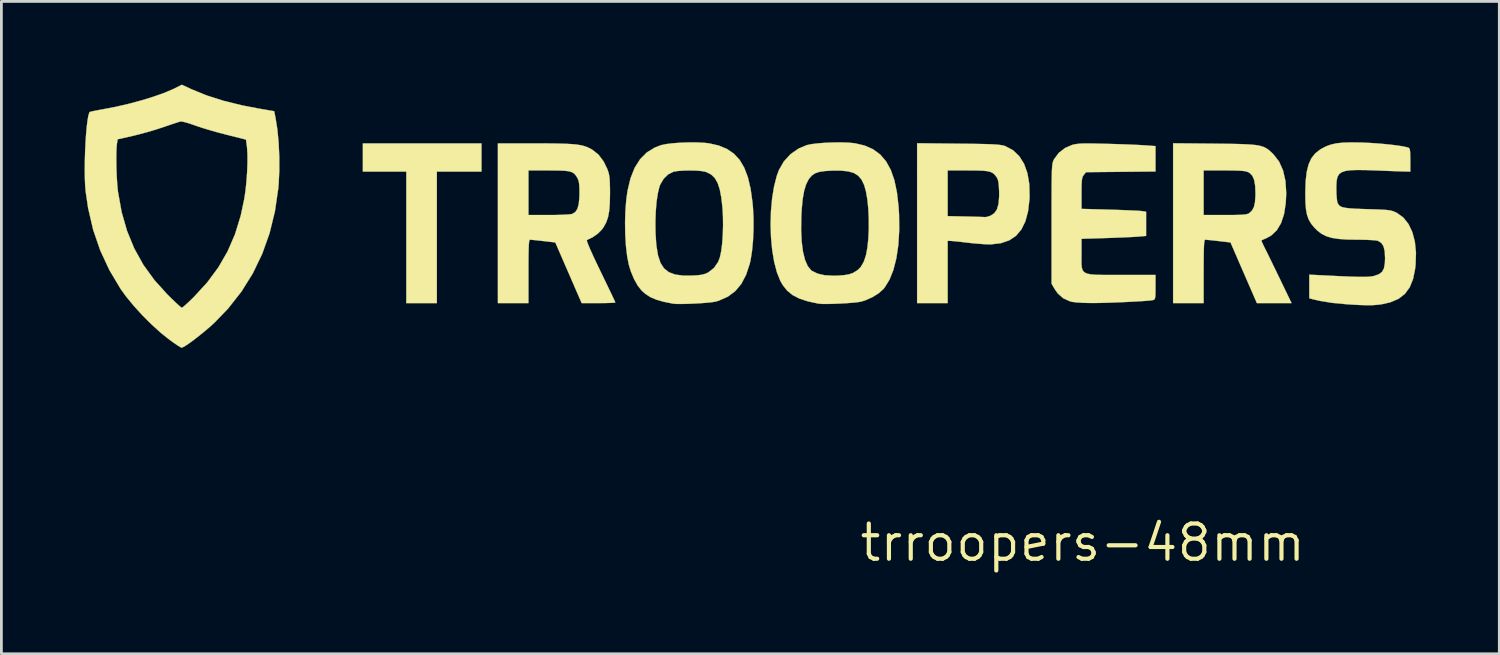
<source format=kicad_pcb>
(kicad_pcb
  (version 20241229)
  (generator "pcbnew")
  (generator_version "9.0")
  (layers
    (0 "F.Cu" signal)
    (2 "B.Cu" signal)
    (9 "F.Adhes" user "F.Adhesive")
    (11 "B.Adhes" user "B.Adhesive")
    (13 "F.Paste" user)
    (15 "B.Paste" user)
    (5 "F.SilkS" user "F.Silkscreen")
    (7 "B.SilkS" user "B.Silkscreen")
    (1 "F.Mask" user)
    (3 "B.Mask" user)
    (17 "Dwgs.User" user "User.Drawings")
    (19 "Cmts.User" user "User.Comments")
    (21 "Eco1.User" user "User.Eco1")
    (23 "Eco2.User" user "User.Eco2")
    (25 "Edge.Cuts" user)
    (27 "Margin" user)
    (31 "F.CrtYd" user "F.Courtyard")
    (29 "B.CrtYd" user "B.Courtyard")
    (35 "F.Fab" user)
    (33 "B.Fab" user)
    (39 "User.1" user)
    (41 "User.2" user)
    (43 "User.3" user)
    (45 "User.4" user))
  (footprint "trroopers-48mm"
    (layer "F.Cu")
    (at 35.982 16.513)
    (property "Reference" "trroopers-48mm" (at 0 0 0) (layer "F.SilkS") (effects (font (size 1.27 1.27) (thickness 0.15))))
    (attr through_hole)
    (fp_poly (pts (xy -21.675 -13.377) (xy -23.283 -13.377) (xy -23.283 -8.636) (xy -24.384 -8.636) (xy -24.384 -13.377) (xy -25.95 -13.377) (xy -25.95 -14.393) (xy -21.675 -14.393) (xy -21.675 -13.377)) (stroke (width 0.01) (type solid)) (fill yes) (layer "F.SilkS"))
    (fp_poly (pts (xy -4.477 -14.383) (xy -4.072 -14.379) (xy -3.743 -14.374) (xy -3.48 -14.368) (xy -3.274 -14.361) (xy -3.115 -14.352) (xy -2.995 -14.34) (xy -2.904 -14.326) (xy -2.833 -14.309) (xy -2.786 -14.293) (xy -2.511 -14.146) (xy -2.287 -13.932) (xy -2.113 -13.656) (xy -1.992 -13.319) (xy -1.925 -12.926) (xy -1.914 -12.48) (xy -1.918 -12.384) (xy -1.969 -11.95) (xy -2.065 -11.587) (xy -2.21 -11.291) (xy -2.404 -11.062) (xy -2.649 -10.898) (xy -2.948 -10.796) (xy -3.3 -10.755) (xy -3.385 -10.754) (xy -3.543 -10.76) (xy -3.753 -10.775) (xy -3.988 -10.796) (xy -4.17 -10.817) (xy -4.377 -10.841) (xy -4.56 -10.861) (xy -4.7 -10.874) (xy -4.773 -10.879) (xy -4.868 -10.88) (xy -4.868 -8.636) (xy -5.969 -8.636) (xy -5.969 -11.771) (xy -4.868 -11.771) (xy -4.223 -11.758) (xy -3.994 -11.753) (xy -3.794 -11.747) (xy -3.638 -11.742) (xy -3.543 -11.738) (xy -3.523 -11.736) (xy -3.45 -11.745) (xy -3.342 -11.78) (xy -3.32 -11.788) (xy -3.185 -11.877) (xy -3.09 -12.017) (xy -3.033 -12.217) (xy -3.011 -12.483) (xy -3.012 -12.659) (xy -3.023 -12.865) (xy -3.039 -13.008) (xy -3.066 -13.107) (xy -3.107 -13.182) (xy -3.116 -13.194) (xy -3.178 -13.271) (xy -3.246 -13.328) (xy -3.331 -13.368) (xy -3.448 -13.394) (xy -3.608 -13.41) (xy -3.826 -13.417) (xy -4.114 -13.419) (xy -4.138 -13.419) (xy -4.868 -13.42) (xy -4.868 -11.771) (xy -5.969 -11.771) (xy -5.969 -14.399) (xy -4.477 -14.383)) (stroke (width 0.01) (type solid)) (fill yes) (layer "F.SilkS"))
    (fp_poly (pts (xy 4.752 -14.384) (xy 5.184 -14.379) (xy 5.542 -14.373) (xy 5.833 -14.364) (xy 6.067 -14.351) (xy 6.253 -14.332) (xy 6.401 -14.304) (xy 6.519 -14.267) (xy 6.618 -14.219) (xy 6.706 -14.158) (xy 6.792 -14.082) (xy 6.883 -13.993) (xy 7.082 -13.735) (xy 7.224 -13.415) (xy 7.31 -13.036) (xy 7.338 -12.602) (xy 7.321 -12.246) (xy 7.26 -11.849) (xy 7.153 -11.522) (xy 7 -11.265) (xy 6.8 -11.075) (xy 6.639 -10.985) (xy 6.529 -10.937) (xy 6.456 -10.904) (xy 6.443 -10.897) (xy 6.454 -10.858) (xy 6.496 -10.762) (xy 6.561 -10.627) (xy 6.586 -10.577) (xy 6.654 -10.442) (xy 6.749 -10.248) (xy 6.864 -10.012) (xy 6.99 -9.753) (xy 7.119 -9.487) (xy 7.136 -9.451) (xy 7.529 -8.636) (xy 6.28 -8.636) (xy 5.804 -9.729) (xy 5.329 -10.823) (xy 4.898 -10.873) (xy 4.711 -10.894) (xy 4.554 -10.91) (xy 4.447 -10.92) (xy 4.413 -10.922) (xy 4.397 -10.904) (xy 4.384 -10.843) (xy 4.374 -10.733) (xy 4.367 -10.565) (xy 4.363 -10.334) (xy 4.361 -10.03) (xy 4.36 -9.779) (xy 4.36 -8.636) (xy 3.26 -8.636) (xy 3.26 -13.42) (xy 4.36 -13.42) (xy 4.36 -11.811) (xy 5.134 -11.811) (xy 5.421 -11.812) (xy 5.636 -11.817) (xy 5.79 -11.825) (xy 5.895 -11.838) (xy 5.965 -11.857) (xy 6.002 -11.877) (xy 6.104 -11.973) (xy 6.173 -12.1) (xy 6.212 -12.276) (xy 6.228 -12.515) (xy 6.229 -12.59) (xy 6.218 -12.869) (xy 6.182 -13.077) (xy 6.117 -13.226) (xy 6.02 -13.326) (xy 5.974 -13.353) (xy 5.908 -13.379) (xy 5.814 -13.397) (xy 5.678 -13.409) (xy 5.489 -13.416) (xy 5.233 -13.419) (xy 5.103 -13.42) (xy 4.36 -13.42) (xy 3.26 -13.42) (xy 3.26 -14.398) (xy 4.752 -14.384)) (stroke (width 0.01) (type solid)) (fill yes) (layer "F.SilkS"))
    (fp_poly (pts (xy -19.717 -14.393) (xy -19.29 -14.392) (xy -18.937 -14.388) (xy -18.649 -14.38) (xy -18.417 -14.368) (xy -18.229 -14.35) (xy -18.077 -14.325) (xy -17.95 -14.291) (xy -17.839 -14.249) (xy -17.733 -14.196) (xy -17.677 -14.164) (xy -17.453 -13.986) (xy -17.267 -13.736) (xy -17.138 -13.468) (xy -17.1 -13.363) (xy -17.074 -13.258) (xy -17.056 -13.135) (xy -17.047 -12.975) (xy -17.042 -12.761) (xy -17.041 -12.594) (xy -17.047 -12.246) (xy -17.069 -11.967) (xy -17.111 -11.739) (xy -17.176 -11.549) (xy -17.268 -11.381) (xy -17.333 -11.288) (xy -17.475 -11.145) (xy -17.662 -11.013) (xy -17.855 -10.919) (xy -17.874 -10.912) (xy -17.872 -10.869) (xy -17.831 -10.754) (xy -17.753 -10.569) (xy -17.639 -10.317) (xy -17.49 -10.001) (xy -17.387 -9.787) (xy -17.25 -9.505) (xy -17.126 -9.247) (xy -17.019 -9.024) (xy -16.934 -8.846) (xy -16.876 -8.722) (xy -16.85 -8.662) (xy -16.849 -8.658) (xy -16.889 -8.65) (xy -16.998 -8.644) (xy -17.162 -8.639) (xy -17.366 -8.636) (xy -17.455 -8.636) (xy -18.062 -8.636) (xy -18.537 -9.729) (xy -19.013 -10.823) (xy -19.444 -10.873) (xy -19.63 -10.894) (xy -19.787 -10.91) (xy -19.895 -10.92) (xy -19.928 -10.922) (xy -19.945 -10.904) (xy -19.958 -10.843) (xy -19.968 -10.733) (xy -19.974 -10.565) (xy -19.979 -10.334) (xy -19.981 -10.03) (xy -19.981 -9.779) (xy -19.981 -8.636) (xy -21.082 -8.636) (xy -21.082 -11.811) (xy -19.981 -11.811) (xy -19.243 -11.811) (xy -18.994 -11.813) (xy -18.768 -11.82) (xy -18.582 -11.829) (xy -18.451 -11.841) (xy -18.399 -11.852) (xy -18.291 -11.92) (xy -18.215 -12.036) (xy -18.167 -12.21) (xy -18.145 -12.451) (xy -18.142 -12.594) (xy -18.144 -12.803) (xy -18.155 -12.95) (xy -18.177 -13.056) (xy -18.214 -13.143) (xy -18.227 -13.166) (xy -18.283 -13.251) (xy -18.344 -13.315) (xy -18.423 -13.36) (xy -18.534 -13.39) (xy -18.688 -13.408) (xy -18.898 -13.416) (xy -19.178 -13.419) (xy -19.251 -13.419) (xy -19.981 -13.42) (xy -19.981 -11.811) (xy -21.082 -11.811) (xy -21.082 -14.393) (xy -19.717 -14.393)) (stroke (width 0.01) (type solid)) (fill yes) (layer "F.SilkS"))
    (fp_poly (pts (xy 0.543 -14.386) (xy 0.868 -14.378) (xy 1.179 -14.369) (xy 1.485 -14.359) (xy 1.768 -14.348) (xy 2.01 -14.337) (xy 2.194 -14.327) (xy 2.254 -14.323) (xy 2.625 -14.296) (xy 2.625 -13.381) (xy 0.119 -13.356) (xy 0.039 -13.256) (xy 0.005 -13.205) (xy -0.018 -13.139) (xy -0.032 -13.041) (xy -0.04 -12.896) (xy -0.042 -12.688) (xy -0.042 -12.595) (xy -0.042 -12.033) (xy 0.963 -12.005) (xy 1.256 -11.996) (xy 1.529 -11.986) (xy 1.768 -11.976) (xy 1.959 -11.967) (xy 2.088 -11.958) (xy 2.127 -11.954) (xy 2.286 -11.931) (xy 2.286 -11.058) (xy 2 -11.033) (xy 1.869 -11.024) (xy 1.671 -11.014) (xy 1.425 -11.003) (xy 1.15 -10.992) (xy 0.864 -10.982) (xy 0.836 -10.981) (xy -0.042 -10.954) (xy -0.042 -10.391) (xy -0.044 -10.192) (xy -0.043 -10.033) (xy -0.03 -9.908) (xy 0.001 -9.814) (xy 0.06 -9.746) (xy 0.155 -9.7) (xy 0.293 -9.671) (xy 0.485 -9.657) (xy 0.737 -9.652) (xy 1.058 -9.651) (xy 1.403 -9.652) (xy 2.625 -9.652) (xy 2.625 -9.208) (xy 2.624 -9.01) (xy 2.619 -8.881) (xy 2.606 -8.805) (xy 2.584 -8.766) (xy 2.547 -8.748) (xy 2.529 -8.744) (xy 2.435 -8.731) (xy 2.271 -8.716) (xy 2.052 -8.702) (xy 1.793 -8.687) (xy 1.509 -8.673) (xy 1.214 -8.661) (xy 0.924 -8.65) (xy 0.654 -8.643) (xy 0.418 -8.639) (xy 0.299 -8.639) (xy 0.033 -8.645) (xy -0.196 -8.658) (xy -0.37 -8.679) (xy -0.451 -8.697) (xy -0.702 -8.811) (xy -0.898 -8.983) (xy -1.005 -9.136) (xy -1.122 -9.335) (xy -1.122 -11.493) (xy -1.122 -11.976) (xy -1.121 -12.382) (xy -1.12 -12.717) (xy -1.119 -12.99) (xy -1.115 -13.208) (xy -1.111 -13.379) (xy -1.104 -13.509) (xy -1.096 -13.606) (xy -1.085 -13.678) (xy -1.071 -13.732) (xy -1.055 -13.775) (xy -1.035 -13.815) (xy -1.028 -13.828) (xy -0.862 -14.052) (xy -0.636 -14.227) (xy -0.381 -14.338) (xy -0.294 -14.36) (xy -0.197 -14.375) (xy -0.077 -14.386) (xy 0.078 -14.391) (xy 0.28 -14.391) (xy 0.543 -14.386)) (stroke (width 0.01) (type solid)) (fill yes) (layer "F.SilkS"))
    (fp_poly (pts (xy -8.436 -14.42) (xy -8.222 -14.399) (xy -8.213 -14.398) (xy -7.862 -14.316) (xy -7.559 -14.183) (xy -7.303 -13.996) (xy -7.091 -13.749) (xy -6.92 -13.441) (xy -6.789 -13.067) (xy -6.696 -12.624) (xy -6.637 -12.107) (xy -6.62 -11.832) (xy -6.614 -11.261) (xy -6.646 -10.734) (xy -6.716 -10.259) (xy -6.822 -9.84) (xy -6.962 -9.486) (xy -7.137 -9.202) (xy -7.188 -9.14) (xy -7.357 -8.989) (xy -7.584 -8.849) (xy -7.839 -8.736) (xy -7.973 -8.693) (xy -8.091 -8.672) (xy -8.272 -8.652) (xy -8.496 -8.634) (xy -8.742 -8.62) (xy -8.988 -8.61) (xy -9.214 -8.605) (xy -9.398 -8.607) (xy -9.521 -8.617) (xy -9.525 -8.618) (xy -9.904 -8.698) (xy -10.211 -8.798) (xy -10.457 -8.925) (xy -10.653 -9.084) (xy -10.812 -9.284) (xy -10.9 -9.438) (xy -11.025 -9.75) (xy -11.123 -10.126) (xy -11.194 -10.55) (xy -11.236 -11.007) (xy -11.245 -11.283) (xy -10.151 -11.283) (xy -10.131 -10.856) (xy -10.084 -10.492) (xy -10.011 -10.195) (xy -9.912 -9.969) (xy -9.789 -9.819) (xy -9.758 -9.796) (xy -9.555 -9.698) (xy -9.303 -9.641) (xy -8.992 -9.623) (xy -8.844 -9.626) (xy -8.604 -9.643) (xy -8.428 -9.672) (xy -8.295 -9.717) (xy -8.272 -9.728) (xy -8.115 -9.824) (xy -8.001 -9.938) (xy -7.907 -10.099) (xy -7.877 -10.165) (xy -7.81 -10.373) (xy -7.76 -10.647) (xy -7.727 -10.968) (xy -7.711 -11.319) (xy -7.712 -11.682) (xy -7.729 -12.04) (xy -7.763 -12.374) (xy -7.814 -12.667) (xy -7.879 -12.895) (xy -7.971 -13.085) (xy -8.09 -13.227) (xy -8.248 -13.326) (xy -8.455 -13.386) (xy -8.724 -13.413) (xy -9.037 -13.412) (xy -9.304 -13.396) (xy -9.503 -13.365) (xy -9.651 -13.314) (xy -9.764 -13.236) (xy -9.86 -13.125) (xy -9.883 -13.09) (xy -9.972 -12.915) (xy -10.042 -12.684) (xy -10.094 -12.39) (xy -10.129 -12.025) (xy -10.143 -11.769) (xy -10.151 -11.283) (xy -11.245 -11.283) (xy -11.251 -11.48) (xy -11.238 -11.955) (xy -11.196 -12.414) (xy -11.126 -12.842) (xy -11.028 -13.223) (xy -10.951 -13.432) (xy -10.775 -13.74) (xy -10.535 -14.003) (xy -10.245 -14.206) (xy -9.948 -14.331) (xy -9.779 -14.367) (xy -9.548 -14.395) (xy -9.275 -14.416) (xy -8.985 -14.427) (xy -8.698 -14.429) (xy -8.436 -14.42)) (stroke (width 0.01) (type solid)) (fill yes) (layer "F.SilkS"))
    (fp_poly (pts (xy -13.92 -14.428) (xy -13.659 -14.416) (xy -13.473 -14.396) (xy -13.124 -14.317) (xy -12.826 -14.194) (xy -12.575 -14.023) (xy -12.368 -13.799) (xy -12.2 -13.515) (xy -12.069 -13.168) (xy -11.971 -12.751) (xy -11.903 -12.261) (xy -11.887 -12.079) (xy -11.867 -11.701) (xy -11.867 -11.301) (xy -11.884 -10.903) (xy -11.919 -10.53) (xy -11.969 -10.205) (xy -12.003 -10.054) (xy -12.135 -9.656) (xy -12.307 -9.329) (xy -12.525 -9.068) (xy -12.792 -8.869) (xy -13.114 -8.726) (xy -13.223 -8.693) (xy -13.341 -8.672) (xy -13.522 -8.652) (xy -13.746 -8.634) (xy -13.991 -8.62) (xy -14.237 -8.61) (xy -14.463 -8.605) (xy -14.648 -8.607) (xy -14.77 -8.617) (xy -14.774 -8.618) (xy -15.108 -8.685) (xy -15.373 -8.761) (xy -15.587 -8.853) (xy -15.765 -8.968) (xy -15.9 -9.087) (xy -16.042 -9.267) (xy -16.176 -9.508) (xy -16.292 -9.787) (xy -16.361 -10.012) (xy -16.422 -10.323) (xy -16.466 -10.695) (xy -16.491 -11.108) (xy -16.498 -11.539) (xy -16.498 -11.552) (xy -15.405 -11.552) (xy -15.4 -11.167) (xy -15.376 -10.796) (xy -15.365 -10.689) (xy -15.309 -10.352) (xy -15.221 -10.087) (xy -15.094 -9.888) (xy -14.919 -9.75) (xy -14.69 -9.665) (xy -14.399 -9.627) (xy -14.088 -9.627) (xy -13.872 -9.64) (xy -13.717 -9.661) (xy -13.596 -9.696) (xy -13.497 -9.743) (xy -13.293 -9.903) (xy -13.142 -10.121) (xy -13.08 -10.282) (xy -13.034 -10.496) (xy -12.998 -10.773) (xy -12.975 -11.092) (xy -12.965 -11.432) (xy -12.969 -11.772) (xy -12.985 -12.057) (xy -13.027 -12.434) (xy -13.084 -12.736) (xy -13.162 -12.971) (xy -13.264 -13.147) (xy -13.395 -13.272) (xy -13.558 -13.355) (xy -13.622 -13.375) (xy -13.764 -13.4) (xy -13.962 -13.414) (xy -14.188 -13.418) (xy -14.414 -13.412) (xy -14.612 -13.397) (xy -14.753 -13.372) (xy -14.941 -13.279) (xy -15.105 -13.12) (xy -15.228 -12.914) (xy -15.257 -12.838) (xy -15.317 -12.594) (xy -15.363 -12.285) (xy -15.392 -11.931) (xy -15.405 -11.552) (xy -16.498 -11.552) (xy -16.485 -11.967) (xy -16.453 -12.371) (xy -16.409 -12.683) (xy -16.302 -13.134) (xy -16.152 -13.513) (xy -15.956 -13.823) (xy -15.714 -14.067) (xy -15.423 -14.245) (xy -15.198 -14.331) (xy -15.021 -14.368) (xy -14.782 -14.398) (xy -14.504 -14.418) (xy -14.209 -14.429) (xy -13.92 -14.428)) (stroke (width 0.01) (type solid)) (fill yes) (layer "F.SilkS"))
    (fp_poly (pts (xy 10.035 -14.424) (xy 10.075 -14.423) (xy 10.393 -14.408) (xy 10.716 -14.385) (xy 11.026 -14.356) (xy 11.306 -14.323) (xy 11.54 -14.287) (xy 11.709 -14.25) (xy 11.737 -14.242) (xy 11.771 -14.22) (xy 11.793 -14.172) (xy 11.805 -14.081) (xy 11.81 -13.931) (xy 11.811 -13.798) (xy 11.811 -13.377) (xy 11.652 -13.38) (xy 11.562 -13.382) (xy 11.402 -13.387) (xy 11.19 -13.395) (xy 10.94 -13.404) (xy 10.668 -13.415) (xy 10.624 -13.417) (xy 10.231 -13.431) (xy 9.915 -13.435) (xy 9.666 -13.427) (xy 9.478 -13.402) (xy 9.341 -13.357) (xy 9.247 -13.289) (xy 9.189 -13.193) (xy 9.158 -13.066) (xy 9.146 -12.905) (xy 9.144 -12.764) (xy 9.148 -12.576) (xy 9.16 -12.41) (xy 9.176 -12.292) (xy 9.184 -12.261) (xy 9.217 -12.194) (xy 9.264 -12.142) (xy 9.336 -12.103) (xy 9.445 -12.075) (xy 9.601 -12.054) (xy 9.815 -12.039) (xy 10.097 -12.028) (xy 10.266 -12.023) (xy 10.556 -12.014) (xy 10.775 -12.005) (xy 10.937 -11.995) (xy 11.057 -11.981) (xy 11.148 -11.962) (xy 11.224 -11.936) (xy 11.3 -11.901) (xy 11.335 -11.883) (xy 11.562 -11.718) (xy 11.746 -11.486) (xy 11.884 -11.195) (xy 11.975 -10.85) (xy 12.015 -10.46) (xy 12.002 -10.03) (xy 11.985 -9.874) (xy 11.911 -9.507) (xy 11.79 -9.207) (xy 11.617 -8.97) (xy 11.387 -8.791) (xy 11.095 -8.666) (xy 10.795 -8.597) (xy 10.629 -8.575) (xy 10.45 -8.562) (xy 10.243 -8.56) (xy 9.991 -8.567) (xy 9.679 -8.584) (xy 9.504 -8.596) (xy 9.006 -8.643) (xy 8.569 -8.713) (xy 8.329 -8.767) (xy 8.17 -8.809) (xy 8.17 -9.661) (xy 8.668 -9.636) (xy 9.094 -9.615) (xy 9.444 -9.599) (xy 9.728 -9.588) (xy 9.955 -9.582) (xy 10.132 -9.581) (xy 10.27 -9.584) (xy 10.378 -9.593) (xy 10.463 -9.606) (xy 10.516 -9.618) (xy 10.682 -9.678) (xy 10.794 -9.764) (xy 10.862 -9.892) (xy 10.894 -10.075) (xy 10.901 -10.26) (xy 10.888 -10.507) (xy 10.845 -10.684) (xy 10.767 -10.804) (xy 10.65 -10.878) (xy 10.642 -10.882) (xy 10.563 -10.896) (xy 10.417 -10.908) (xy 10.223 -10.917) (xy 9.999 -10.922) (xy 9.905 -10.922) (xy 9.53 -10.928) (xy 9.226 -10.949) (xy 8.98 -10.988) (xy 8.779 -11.049) (xy 8.61 -11.135) (xy 8.46 -11.25) (xy 8.354 -11.356) (xy 8.236 -11.499) (xy 8.149 -11.648) (xy 8.088 -11.818) (xy 8.05 -12.024) (xy 8.03 -12.281) (xy 8.025 -12.607) (xy 8.026 -12.636) (xy 8.039 -13.04) (xy 8.078 -13.371) (xy 8.145 -13.639) (xy 8.244 -13.855) (xy 8.379 -14.028) (xy 8.553 -14.167) (xy 8.604 -14.198) (xy 8.774 -14.287) (xy 8.952 -14.352) (xy 9.152 -14.396) (xy 9.389 -14.421) (xy 9.678 -14.429) (xy 10.035 -14.424)) (stroke (width 0.01) (type solid)) (fill yes) (layer "F.SilkS"))
    (fp_poly (pts (xy -32.124 -16.344) (xy -31.586 -16.124) (xy -30.98 -15.931) (xy -30.302 -15.764) (xy -29.709 -15.65) (xy -29.146 -15.553) (xy -29.098 -15.307) (xy -29.032 -14.893) (xy -28.987 -14.422) (xy -28.964 -13.923) (xy -28.963 -13.419) (xy -28.985 -12.94) (xy -28.999 -12.779) (xy -29.12 -11.947) (xy -29.313 -11.158) (xy -29.579 -10.412) (xy -29.917 -9.71) (xy -30.327 -9.053) (xy -30.809 -8.44) (xy -31.299 -7.931) (xy -31.468 -7.778) (xy -31.657 -7.617) (xy -31.853 -7.458) (xy -32.043 -7.311) (xy -32.215 -7.185) (xy -32.356 -7.091) (xy -32.454 -7.037) (xy -32.486 -7.029) (xy -32.537 -7.053) (xy -32.641 -7.118) (xy -32.78 -7.213) (xy -32.914 -7.309) (xy -33.231 -7.561) (xy -33.566 -7.865) (xy -33.902 -8.2) (xy -34.218 -8.547) (xy -34.496 -8.887) (xy -34.682 -9.145) (xy -35.088 -9.826) (xy -35.417 -10.533) (xy -35.672 -11.274) (xy -35.854 -12.054) (xy -35.944 -12.658) (xy -35.963 -12.884) (xy -35.973 -13.153) (xy -35.977 -13.453) (xy -35.973 -13.765) (xy -34.839 -13.765) (xy -34.834 -13.482) (xy -34.823 -13.197) (xy -34.806 -12.929) (xy -34.785 -12.7) (xy -34.779 -12.651) (xy -34.647 -11.917) (xy -34.452 -11.238) (xy -34.192 -10.606) (xy -33.864 -10.016) (xy -33.464 -9.463) (xy -32.993 -8.943) (xy -32.829 -8.781) (xy -32.684 -8.643) (xy -32.569 -8.538) (xy -32.496 -8.478) (xy -32.477 -8.467) (xy -32.434 -8.495) (xy -32.343 -8.572) (xy -32.218 -8.687) (xy -32.071 -8.829) (xy -32.041 -8.859) (xy -31.563 -9.379) (xy -31.16 -9.924) (xy -30.827 -10.5) (xy -30.559 -11.119) (xy -30.354 -11.787) (xy -30.224 -12.402) (xy -30.18 -12.701) (xy -30.146 -13.034) (xy -30.122 -13.376) (xy -30.11 -13.705) (xy -30.111 -13.999) (xy -30.125 -14.235) (xy -30.128 -14.261) (xy -30.163 -14.53) (xy -30.882 -14.711) (xy -31.157 -14.783) (xy -31.44 -14.863) (xy -31.706 -14.943) (xy -31.929 -15.016) (xy -32.02 -15.048) (xy -32.204 -15.112) (xy -32.365 -15.159) (xy -32.483 -15.183) (xy -32.528 -15.183) (xy -32.6 -15.162) (xy -32.734 -15.119) (xy -32.913 -15.059) (xy -33.119 -14.989) (xy -33.169 -14.972) (xy -33.437 -14.885) (xy -33.741 -14.796) (xy -34.039 -14.715) (xy -34.256 -14.662) (xy -34.79 -14.542) (xy -34.815 -14.394) (xy -34.83 -14.241) (xy -34.838 -14.025) (xy -34.839 -13.765) (xy -35.973 -13.765) (xy -35.973 -13.772) (xy -35.964 -14.098) (xy -35.949 -14.418) (xy -35.929 -14.72) (xy -35.905 -14.992) (xy -35.877 -15.221) (xy -35.846 -15.395) (xy -35.813 -15.502) (xy -35.798 -15.524) (xy -35.751 -15.539) (xy -35.637 -15.564) (xy -35.474 -15.596) (xy -35.298 -15.628) (xy -34.843 -15.716) (xy -34.38 -15.823) (xy -33.928 -15.945) (xy -33.503 -16.076) (xy -33.123 -16.21) (xy -32.805 -16.344) (xy -32.719 -16.385) (xy -32.477 -16.508) (xy -32.124 -16.344)) (stroke (width 0.01) (type solid)) (fill yes) (layer "F.SilkS")))
  (gr_rect
    (start -3 -3)
    (end 51.001 20.519)
    (stroke (width 0.1) (type default))
    (fill no)
    (layer "Edge.Cuts")))
</source>
